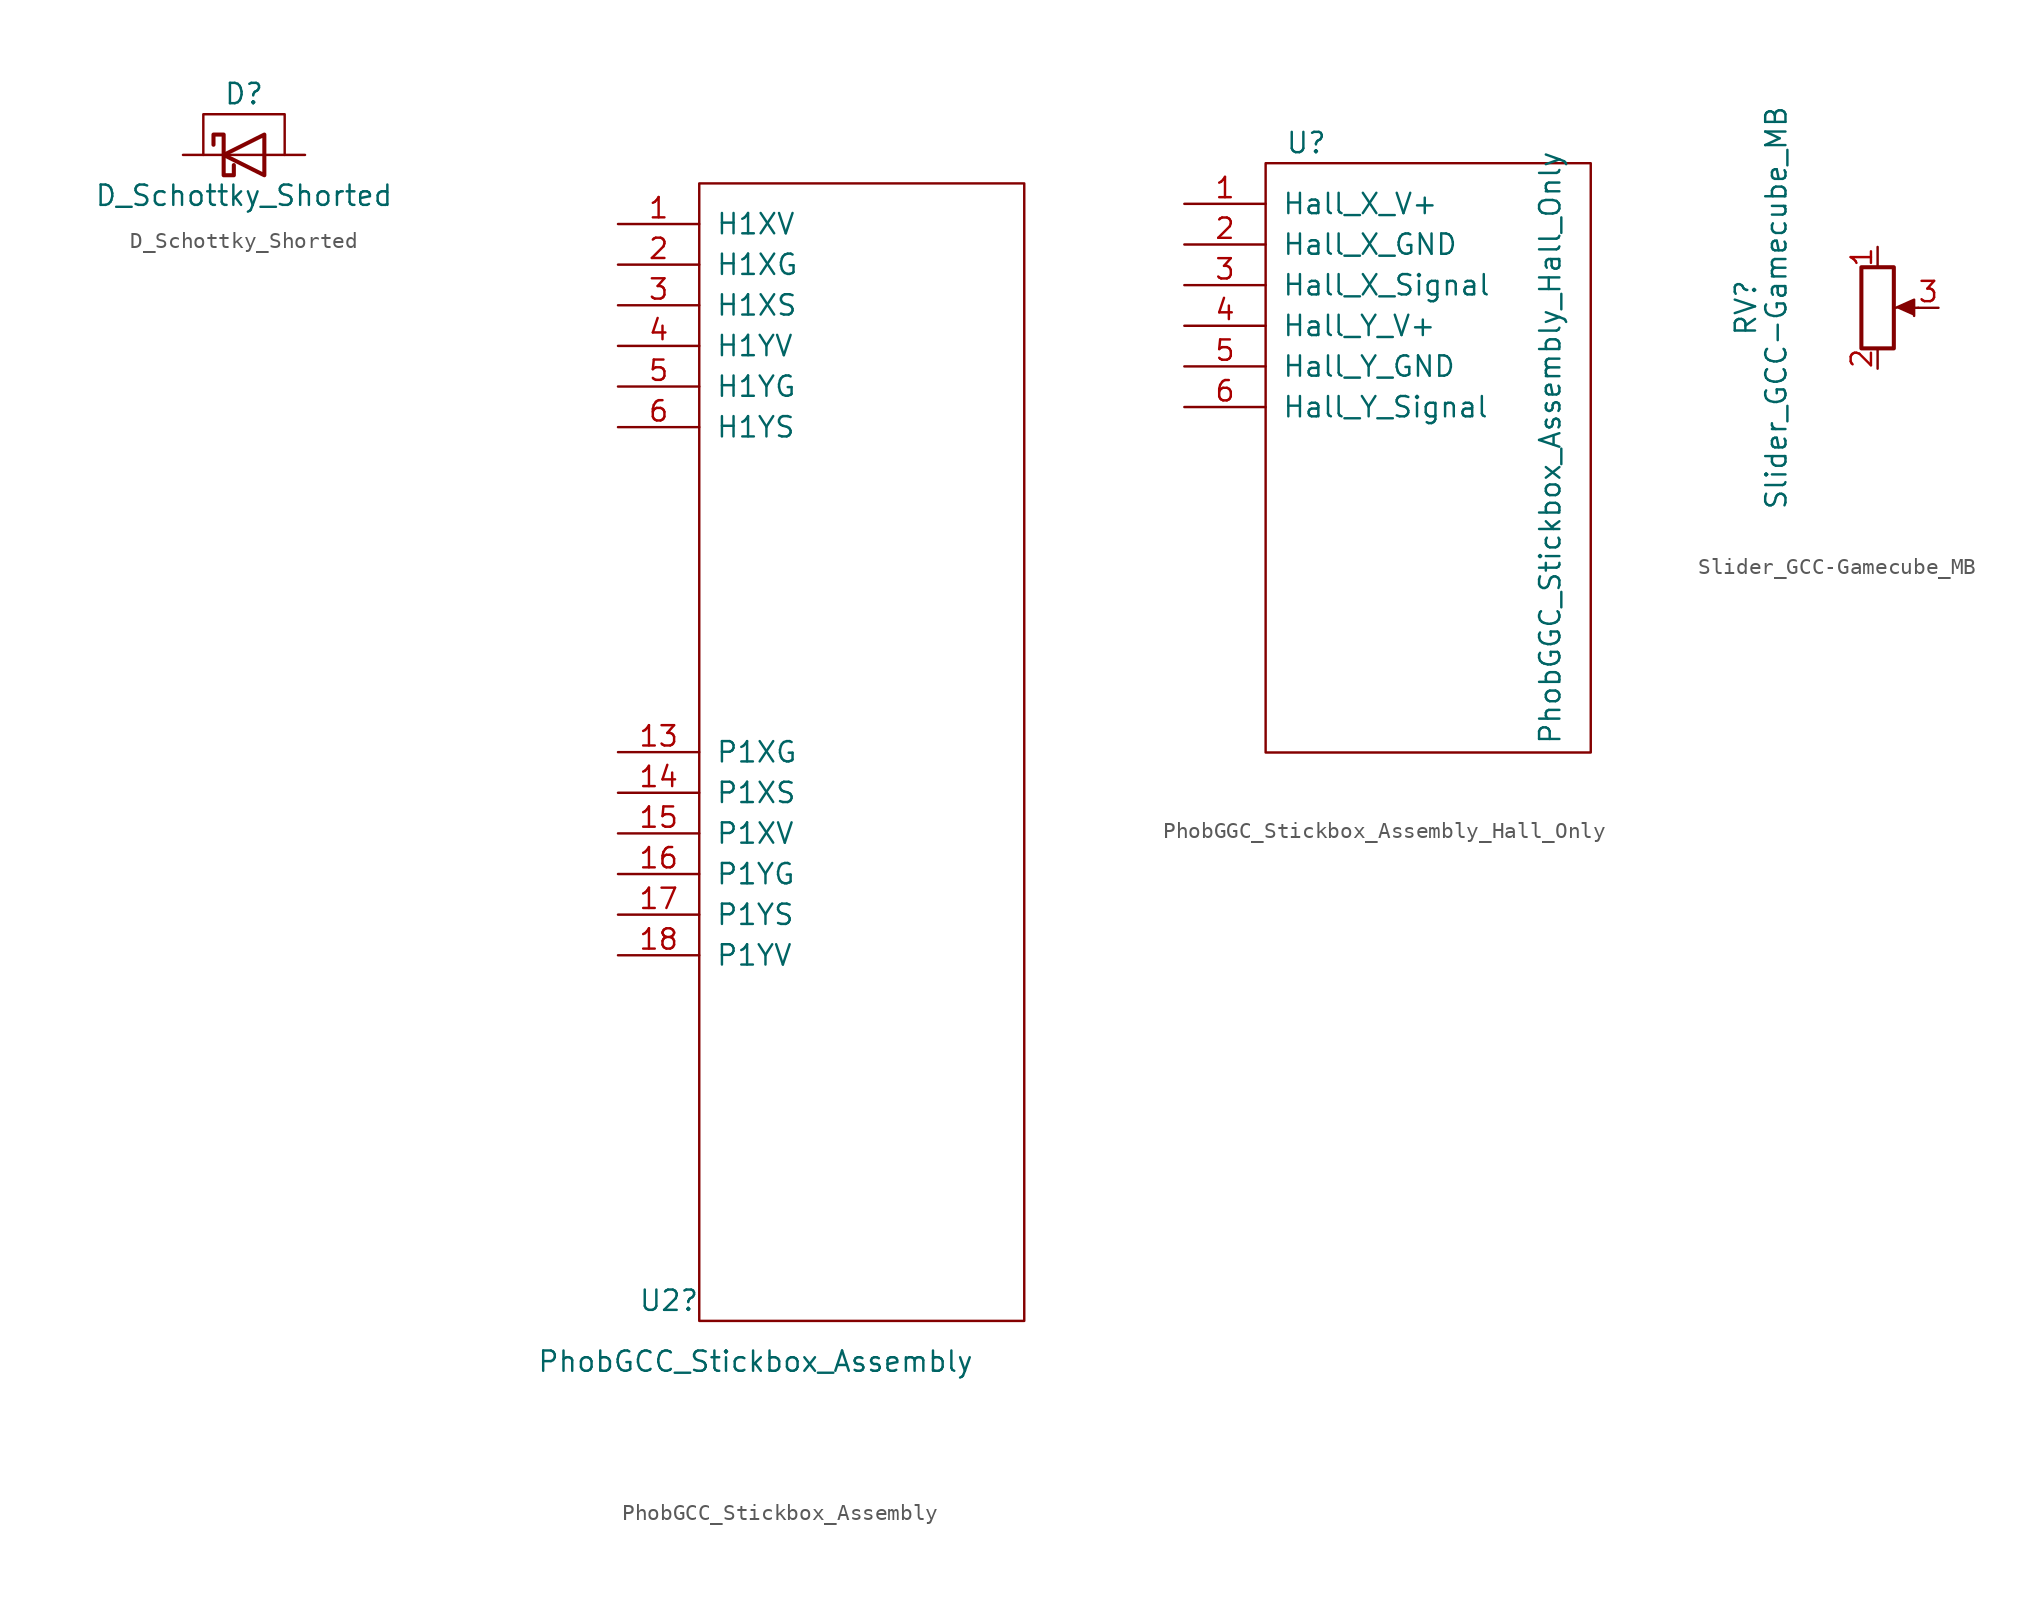
<source format=kicad_sym>
(kicad_symbol_lib
  (version 20211014)
  (generator kicad_symbol_editor)
  (symbol "D_Schottky_Shorted"
    (pin_numbers hide)
    (pin_names
      (offset 1.016) hide)
    (property "Reference" "D"
      (at 0 3.81 0)
      (effects (font (size 1.27 1.27))))
    (property "Value" "D_Schottky_Shorted"
      (at 0 -2.54 0)
      (effects (font (size 1.27 1.27))))
    (symbol "D_Schottky_Shorted_0_1"
      (polyline (pts (xy 1.27 0) (xy -1.27 0)) (stroke (width 0) (type default) (color 0 0 0 0)) (fill (type none)))
      (polyline (pts (xy -2.54 0) (xy -2.54 2.54) (xy 2.54 2.54) (xy 2.54 0)) (stroke (width 0) (type default) (color 0 0 0 0)) (fill (type none)))
      (polyline (pts (xy 1.27 1.27) (xy 1.27 -1.27) (xy -1.27 0) (xy 1.27 1.27)) (stroke (width 0.254) (type default) (color 0 0 0 0)) (fill (type none)))
      (polyline (pts (xy -1.905 0.635) (xy -1.905 1.27) (xy -1.27 1.27) (xy -1.27 -1.27) (xy -0.635 -1.27) (xy -0.635 -0.635)) (stroke (width 0.254) (type default) (color 0 0 0 0)) (fill (type none))))
    (symbol "D_Schottky_Shorted_1_1"
      (pin passive line (at -3.81 0 0) (length 2.54) (name "K" (effects (font (size 1.27 1.27)))) (number "1" (effects (font (size 1.27 1.27)))))
      (pin passive line (at 3.81 0 180) (length 2.54) (name "A" (effects (font (size 1.27 1.27)))) (number "2" (effects (font (size 1.27 1.27)))))))
  (symbol "PhobGCC_Stickbox_Assembly"
    (pin_names
      (offset 1.016))
    (property "Reference" "U2"
      (at -3.81 -69.85 0)
      (effects (font (size 1.27 1.27)) (justify left)))
    (property "Value" "PhobGCC_Stickbox_Assembly"
      (at -10.16 -73.66 0)
      (effects (font (size 1.27 1.27)) (justify left)))
    (symbol "PhobGCC_Stickbox_Assembly_0_0"
      (pin unspecified line (at -5.08 -2.54 0) (length 5.08) (name "H1XV" (effects (font (size 1.27 1.27)))) (number "1" (effects (font (size 1.27 1.27)))))
      (pin unspecified line (at -5.08 -35.56 0) (length 5.08) (name "P1XG" (effects (font (size 1.27 1.27)))) (number "13" (effects (font (size 1.27 1.27)))))
      (pin unspecified line (at -5.08 -38.1 0) (length 5.08) (name "P1XS" (effects (font (size 1.27 1.27)))) (number "14" (effects (font (size 1.27 1.27)))))
      (pin unspecified line (at -5.08 -40.64 0) (length 5.08) (name "P1XV" (effects (font (size 1.27 1.27)))) (number "15" (effects (font (size 1.27 1.27)))))
      (pin unspecified line (at -5.08 -43.18 0) (length 5.08) (name "P1YG" (effects (font (size 1.27 1.27)))) (number "16" (effects (font (size 1.27 1.27)))))
      (pin unspecified line (at -5.08 -45.72 0) (length 5.08) (name "P1YS" (effects (font (size 1.27 1.27)))) (number "17" (effects (font (size 1.27 1.27)))))
      (pin unspecified line (at -5.08 -48.26 0) (length 5.08) (name "P1YV" (effects (font (size 1.27 1.27)))) (number "18" (effects (font (size 1.27 1.27)))))
      (pin unspecified line (at -5.08 -5.08 0) (length 5.08) (name "H1XG" (effects (font (size 1.27 1.27)))) (number "2" (effects (font (size 1.27 1.27)))))
      (pin unspecified line (at -5.08 -7.62 0) (length 5.08) (name "H1XS" (effects (font (size 1.27 1.27)))) (number "3" (effects (font (size 1.27 1.27)))))
      (pin unspecified line (at -5.08 -10.16 0) (length 5.08) (name "H1YV" (effects (font (size 1.27 1.27)))) (number "4" (effects (font (size 1.27 1.27)))))
      (pin unspecified line (at -5.08 -12.7 0) (length 5.08) (name "H1YG" (effects (font (size 1.27 1.27)))) (number "5" (effects (font (size 1.27 1.27)))))
      (pin unspecified line (at -5.08 -15.24 0) (length 5.08) (name "H1YS" (effects (font (size 1.27 1.27)))) (number "6" (effects (font (size 1.27 1.27))))))
    (symbol "PhobGCC_Stickbox_Assembly_0_1"
      (rectangle (start 0 0) (end 20.32 -71.12) (stroke (width 0) (type default) (color 0 0 0 0)) (fill (type none)))))
  (symbol "PhobGGC_Stickbox_Assembly_Hall_Only"
    (pin_names
      (offset 1.016))
    (property "Reference" "U"
      (at 2.54 1.27 0)
      (effects (font (size 1.27 1.27))))
    (property "Value" "PhobGGC_Stickbox_Assembly_Hall_Only"
      (at 17.78 -17.78 90)
      (effects (font (size 1.27 1.27))))
    (symbol "PhobGGC_Stickbox_Assembly_Hall_Only_0_0"
      (pin unspecified line (at -5.08 -2.54 0) (length 5.08) (name "Hall_X_V+" (effects (font (size 1.27 1.27)))) (number "1" (effects (font (size 1.27 1.27)))))
      (pin unspecified line (at -5.08 -5.08 0) (length 5.08) (name "Hall_X_GND" (effects (font (size 1.27 1.27)))) (number "2" (effects (font (size 1.27 1.27)))))
      (pin unspecified line (at -5.08 -7.62 0) (length 5.08) (name "Hall_X_Signal" (effects (font (size 1.27 1.27)))) (number "3" (effects (font (size 1.27 1.27)))))
      (pin unspecified line (at -5.08 -10.16 0) (length 5.08) (name "Hall_Y_V+" (effects (font (size 1.27 1.27)))) (number "4" (effects (font (size 1.27 1.27)))))
      (pin unspecified line (at -5.08 -12.7 0) (length 5.08) (name "Hall_Y_GND" (effects (font (size 1.27 1.27)))) (number "5" (effects (font (size 1.27 1.27)))))
      (pin unspecified line (at -5.08 -15.24 0) (length 5.08) (name "Hall_Y_Signal" (effects (font (size 1.27 1.27)))) (number "6" (effects (font (size 1.27 1.27))))))
    (symbol "PhobGGC_Stickbox_Assembly_Hall_Only_0_1"
      (rectangle (start 0 0) (end 20.32 -36.83) (stroke (width 0) (type default) (color 0 0 0 0)) (fill (type none)))))
  (symbol "Slider_GCC-Gamecube_MB"
    (pin_names
      (offset 1.016) hide)
    (property "Reference" "RV"
      (at -8.255 0 90)
      (effects (font (size 1.27 1.27))))
    (property "Value" "Slider_GCC-Gamecube_MB"
      (at -6.35 0 90)
      (effects (font (size 1.27 1.27))))
    (symbol "Slider_GCC-Gamecube_MB_0_1"
      (polyline (pts (xy 2.54 0) (xy 1.524 0)) (stroke (width 0) (type default) (color 0 0 0 0)) (fill (type none)))
      (polyline (pts (xy 1.143 0) (xy 2.286 0.508) (xy 2.286 -0.508)) (stroke (width 0) (type default) (color 0 0 0 0)) (fill (type outline)))
      (rectangle (start 1.016 2.54) (end -1.016 -2.54) (stroke (width 0.254) (type default) (color 0 0 0 0)) (fill (type none))))
    (symbol "Slider_GCC-Gamecube_MB_1_1"
      (pin passive line (at 0 3.81 270) (length 1.27) (name "V+" (effects (font (size 1.27 1.27)))) (number "1" (effects (font (size 1.27 1.27)))))
      (pin passive line (at 0 -3.81 90) (length 1.27) (name "GND" (effects (font (size 1.27 1.27)))) (number "2" (effects (font (size 1.27 1.27)))))
      (pin passive line (at 3.81 0 180) (length 1.27) (name "Signal" (effects (font (size 1.27 1.27)))) (number "3" (effects (font (size 1.27 1.27))))))))
</source>
